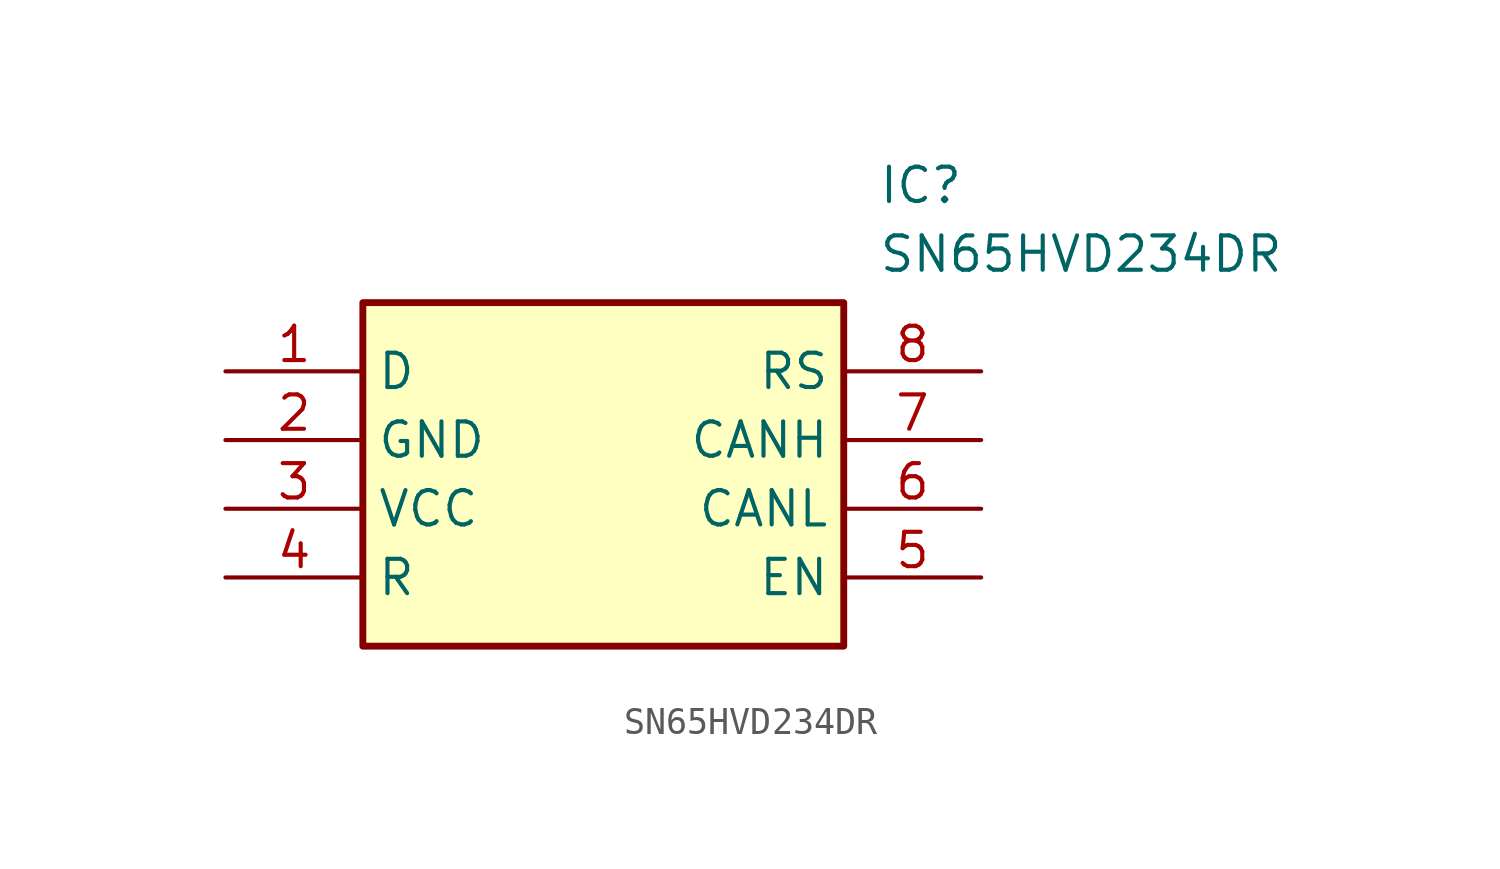
<source format=kicad_sym>
(kicad_symbol_lib
  (version 20211014)
  (generator SamacSys_ECAD_Model)
  (symbol "SN65HVD234DR"
    (property "Reference" "IC"
      (at 24.13 7.62 0)
      (effects (font (size 1.27 1.27)) (justify left top)))
    (property "Value" "SN65HVD234DR"
      (at 24.13 5.08 0)
      (effects (font (size 1.27 1.27)) (justify left top)))
    (rectangle
      (start 5.08 2.54)
      (end 22.86 -10.16)
      (stroke (width 0.254) (type default))
      (fill (type background)))
    (pin passive line
      (at 0 0 0)
      (length 5.08)
      (name "D" (effects (font (size 1.27 1.27))))
      (number "1" (effects (font (size 1.27 1.27)))))
    (pin passive line
      (at 0 -2.54 0)
      (length 5.08)
      (name "GND" (effects (font (size 1.27 1.27))))
      (number "2" (effects (font (size 1.27 1.27)))))
    (pin passive line
      (at 0 -5.08 0)
      (length 5.08)
      (name "VCC" (effects (font (size 1.27 1.27))))
      (number "3" (effects (font (size 1.27 1.27)))))
    (pin passive line
      (at 0 -7.62 0)
      (length 5.08)
      (name "R" (effects (font (size 1.27 1.27))))
      (number "4" (effects (font (size 1.27 1.27)))))
    (pin passive line
      (at 27.94 0 180)
      (length 5.08)
      (name "RS" (effects (font (size 1.27 1.27))))
      (number "8" (effects (font (size 1.27 1.27)))))
    (pin passive line
      (at 27.94 -2.54 180)
      (length 5.08)
      (name "CANH" (effects (font (size 1.27 1.27))))
      (number "7" (effects (font (size 1.27 1.27)))))
    (pin passive line
      (at 27.94 -5.08 180)
      (length 5.08)
      (name "CANL" (effects (font (size 1.27 1.27))))
      (number "6" (effects (font (size 1.27 1.27)))))
    (pin passive line
      (at 27.94 -7.62 180)
      (length 5.08)
      (name "EN" (effects (font (size 1.27 1.27))))
      (number "5" (effects (font (size 1.27 1.27)))))))
</source>
